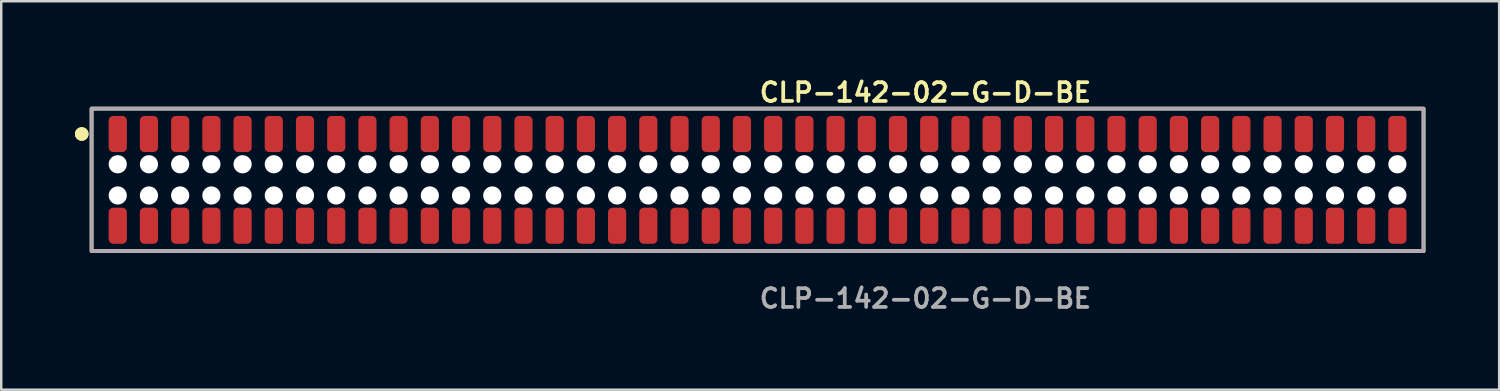
<source format=kicad_pcb>
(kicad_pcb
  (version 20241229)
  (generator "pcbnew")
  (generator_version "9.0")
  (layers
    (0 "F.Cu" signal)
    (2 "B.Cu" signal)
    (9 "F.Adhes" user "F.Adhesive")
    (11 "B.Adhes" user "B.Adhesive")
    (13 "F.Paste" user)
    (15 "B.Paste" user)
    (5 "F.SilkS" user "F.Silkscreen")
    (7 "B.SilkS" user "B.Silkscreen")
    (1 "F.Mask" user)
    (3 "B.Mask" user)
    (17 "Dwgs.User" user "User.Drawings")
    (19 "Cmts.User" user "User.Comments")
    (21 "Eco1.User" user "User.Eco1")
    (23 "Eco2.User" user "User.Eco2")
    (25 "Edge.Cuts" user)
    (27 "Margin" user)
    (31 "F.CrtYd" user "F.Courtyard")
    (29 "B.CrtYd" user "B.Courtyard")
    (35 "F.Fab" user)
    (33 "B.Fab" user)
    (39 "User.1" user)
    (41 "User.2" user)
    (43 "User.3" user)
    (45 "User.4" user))
  (footprint "CLP-142-02-G-D-BE"
    (layer "F.Cu")
    (at 27.776 4.269)
    (property "Reference" "CLP-142-02-G-D-BE" (at 0 -3.556 0) (unlocked yes) (layer "F.SilkS") (effects (font (size 0.762 0.762) (thickness 0.152)) (justify left)))
    (fp_rect (start -27.1 2.9) (end 27.1 -2.9) (stroke (width 0.152) (type solid)) (fill no) (layer "F.SilkS"))
    (fp_circle (center -27.5 -1.867) (end -27.7 -1.867) (stroke (width 0.152) (type solid)) (fill yes) (layer "F.SilkS"))
    (fp_circle (center -27.5 -1.867) (end -27.7 -1.867) (stroke (width 0.152) (type solid)) (fill yes) (layer "F.SilkS"))
    (fp_rect (start -27.1 2.9) (end 27.1 -2.9) (stroke (width 0.006) (type solid)) (fill no) (layer "F.CrtYd"))
    (fp_rect (start -27.1 2.9) (end 27.1 -2.9) (stroke (width 0.152) (type solid)) (fill no) (layer "F.Fab"))
    (fp_text user "${REFERENCE}" (at 0 4.826 0) (unlocked yes) (layer "F.Fab") (effects (font (size 0.762 0.762) (thickness 0.152)) (justify left)))
    (pad "" np_thru_hole circle (at -26.035 -0.635) (size 0.74 0.74) (drill 0.74) (layers "*.Cu" "*.Mask"))
    (pad "" np_thru_hole circle (at -26.035 0.635) (size 0.74 0.74) (drill 0.74) (layers "*.Cu" "*.Mask"))
    (pad "" np_thru_hole circle (at -24.765 -0.635) (size 0.74 0.74) (drill 0.74) (layers "*.Cu" "*.Mask"))
    (pad "" np_thru_hole circle (at -24.765 0.635) (size 0.74 0.74) (drill 0.74) (layers "*.Cu" "*.Mask"))
    (pad "" np_thru_hole circle (at -23.495 -0.635) (size 0.74 0.74) (drill 0.74) (layers "*.Cu" "*.Mask"))
    (pad "" np_thru_hole circle (at -23.495 0.635) (size 0.74 0.74) (drill 0.74) (layers "*.Cu" "*.Mask"))
    (pad "" np_thru_hole circle (at -22.225 -0.635) (size 0.74 0.74) (drill 0.74) (layers "*.Cu" "*.Mask"))
    (pad "" np_thru_hole circle (at -22.225 0.635) (size 0.74 0.74) (drill 0.74) (layers "*.Cu" "*.Mask"))
    (pad "" np_thru_hole circle (at -20.955 -0.635) (size 0.74 0.74) (drill 0.74) (layers "*.Cu" "*.Mask"))
    (pad "" np_thru_hole circle (at -20.955 0.635) (size 0.74 0.74) (drill 0.74) (layers "*.Cu" "*.Mask"))
    (pad "" np_thru_hole circle (at -19.685 -0.635) (size 0.74 0.74) (drill 0.74) (layers "*.Cu" "*.Mask"))
    (pad "" np_thru_hole circle (at -19.685 0.635) (size 0.74 0.74) (drill 0.74) (layers "*.Cu" "*.Mask"))
    (pad "" np_thru_hole circle (at -18.415 -0.635) (size 0.74 0.74) (drill 0.74) (layers "*.Cu" "*.Mask"))
    (pad "" np_thru_hole circle (at -18.415 0.635) (size 0.74 0.74) (drill 0.74) (layers "*.Cu" "*.Mask"))
    (pad "" np_thru_hole circle (at -17.145 -0.635) (size 0.74 0.74) (drill 0.74) (layers "*.Cu" "*.Mask"))
    (pad "" np_thru_hole circle (at -17.145 0.635) (size 0.74 0.74) (drill 0.74) (layers "*.Cu" "*.Mask"))
    (pad "" np_thru_hole circle (at -15.875 -0.635) (size 0.74 0.74) (drill 0.74) (layers "*.Cu" "*.Mask"))
    (pad "" np_thru_hole circle (at -15.875 0.635) (size 0.74 0.74) (drill 0.74) (layers "*.Cu" "*.Mask"))
    (pad "" np_thru_hole circle (at -14.605 -0.635) (size 0.74 0.74) (drill 0.74) (layers "*.Cu" "*.Mask"))
    (pad "" np_thru_hole circle (at -14.605 0.635) (size 0.74 0.74) (drill 0.74) (layers "*.Cu" "*.Mask"))
    (pad "" np_thru_hole circle (at -13.335 -0.635) (size 0.74 0.74) (drill 0.74) (layers "*.Cu" "*.Mask"))
    (pad "" np_thru_hole circle (at -13.335 0.635) (size 0.74 0.74) (drill 0.74) (layers "*.Cu" "*.Mask"))
    (pad "" np_thru_hole circle (at -12.065 -0.635) (size 0.74 0.74) (drill 0.74) (layers "*.Cu" "*.Mask"))
    (pad "" np_thru_hole circle (at -12.065 0.635) (size 0.74 0.74) (drill 0.74) (layers "*.Cu" "*.Mask"))
    (pad "" np_thru_hole circle (at -10.795 -0.635) (size 0.74 0.74) (drill 0.74) (layers "*.Cu" "*.Mask"))
    (pad "" np_thru_hole circle (at -10.795 0.635) (size 0.74 0.74) (drill 0.74) (layers "*.Cu" "*.Mask"))
    (pad "" np_thru_hole circle (at -9.525 -0.635) (size 0.74 0.74) (drill 0.74) (layers "*.Cu" "*.Mask"))
    (pad "" np_thru_hole circle (at -9.525 0.635) (size 0.74 0.74) (drill 0.74) (layers "*.Cu" "*.Mask"))
    (pad "" np_thru_hole circle (at -8.255 -0.635) (size 0.74 0.74) (drill 0.74) (layers "*.Cu" "*.Mask"))
    (pad "" np_thru_hole circle (at -8.255 0.635) (size 0.74 0.74) (drill 0.74) (layers "*.Cu" "*.Mask"))
    (pad "" np_thru_hole circle (at -6.985 -0.635) (size 0.74 0.74) (drill 0.74) (layers "*.Cu" "*.Mask"))
    (pad "" np_thru_hole circle (at -6.985 0.635) (size 0.74 0.74) (drill 0.74) (layers "*.Cu" "*.Mask"))
    (pad "" np_thru_hole circle (at -5.715 -0.635) (size 0.74 0.74) (drill 0.74) (layers "*.Cu" "*.Mask"))
    (pad "" np_thru_hole circle (at -5.715 0.635) (size 0.74 0.74) (drill 0.74) (layers "*.Cu" "*.Mask"))
    (pad "" np_thru_hole circle (at -4.445 -0.635) (size 0.74 0.74) (drill 0.74) (layers "*.Cu" "*.Mask"))
    (pad "" np_thru_hole circle (at -4.445 0.635) (size 0.74 0.74) (drill 0.74) (layers "*.Cu" "*.Mask"))
    (pad "" np_thru_hole circle (at -3.175 -0.635) (size 0.74 0.74) (drill 0.74) (layers "*.Cu" "*.Mask"))
    (pad "" np_thru_hole circle (at -3.175 0.635) (size 0.74 0.74) (drill 0.74) (layers "*.Cu" "*.Mask"))
    (pad "" np_thru_hole circle (at -1.905 -0.635) (size 0.74 0.74) (drill 0.74) (layers "*.Cu" "*.Mask"))
    (pad "" np_thru_hole circle (at -1.905 0.635) (size 0.74 0.74) (drill 0.74) (layers "*.Cu" "*.Mask"))
    (pad "" np_thru_hole circle (at -0.635 -0.635) (size 0.74 0.74) (drill 0.74) (layers "*.Cu" "*.Mask"))
    (pad "" np_thru_hole circle (at -0.635 0.635) (size 0.74 0.74) (drill 0.74) (layers "*.Cu" "*.Mask"))
    (pad "" np_thru_hole circle (at 0.635 -0.635) (size 0.74 0.74) (drill 0.74) (layers "*.Cu" "*.Mask"))
    (pad "" np_thru_hole circle (at 0.635 0.635) (size 0.74 0.74) (drill 0.74) (layers "*.Cu" "*.Mask"))
    (pad "" np_thru_hole circle (at 1.905 -0.635) (size 0.74 0.74) (drill 0.74) (layers "*.Cu" "*.Mask"))
    (pad "" np_thru_hole circle (at 1.905 0.635) (size 0.74 0.74) (drill 0.74) (layers "*.Cu" "*.Mask"))
    (pad "" np_thru_hole circle (at 3.175 -0.635) (size 0.74 0.74) (drill 0.74) (layers "*.Cu" "*.Mask"))
    (pad "" np_thru_hole circle (at 3.175 0.635) (size 0.74 0.74) (drill 0.74) (layers "*.Cu" "*.Mask"))
    (pad "" np_thru_hole circle (at 4.445 -0.635) (size 0.74 0.74) (drill 0.74) (layers "*.Cu" "*.Mask"))
    (pad "" np_thru_hole circle (at 4.445 0.635) (size 0.74 0.74) (drill 0.74) (layers "*.Cu" "*.Mask"))
    (pad "" np_thru_hole circle (at 5.715 -0.635) (size 0.74 0.74) (drill 0.74) (layers "*.Cu" "*.Mask"))
    (pad "" np_thru_hole circle (at 5.715 0.635) (size 0.74 0.74) (drill 0.74) (layers "*.Cu" "*.Mask"))
    (pad "" np_thru_hole circle (at 6.985 -0.635) (size 0.74 0.74) (drill 0.74) (layers "*.Cu" "*.Mask"))
    (pad "" np_thru_hole circle (at 6.985 0.635) (size 0.74 0.74) (drill 0.74) (layers "*.Cu" "*.Mask"))
    (pad "" np_thru_hole circle (at 8.255 -0.635) (size 0.74 0.74) (drill 0.74) (layers "*.Cu" "*.Mask"))
    (pad "" np_thru_hole circle (at 8.255 0.635) (size 0.74 0.74) (drill 0.74) (layers "*.Cu" "*.Mask"))
    (pad "" np_thru_hole circle (at 9.525 -0.635) (size 0.74 0.74) (drill 0.74) (layers "*.Cu" "*.Mask"))
    (pad "" np_thru_hole circle (at 9.525 0.635) (size 0.74 0.74) (drill 0.74) (layers "*.Cu" "*.Mask"))
    (pad "" np_thru_hole circle (at 10.795 -0.635) (size 0.74 0.74) (drill 0.74) (layers "*.Cu" "*.Mask"))
    (pad "" np_thru_hole circle (at 10.795 0.635) (size 0.74 0.74) (drill 0.74) (layers "*.Cu" "*.Mask"))
    (pad "" np_thru_hole circle (at 12.065 -0.635) (size 0.74 0.74) (drill 0.74) (layers "*.Cu" "*.Mask"))
    (pad "" np_thru_hole circle (at 12.065 0.635) (size 0.74 0.74) (drill 0.74) (layers "*.Cu" "*.Mask"))
    (pad "" np_thru_hole circle (at 13.335 -0.635) (size 0.74 0.74) (drill 0.74) (layers "*.Cu" "*.Mask"))
    (pad "" np_thru_hole circle (at 13.335 0.635) (size 0.74 0.74) (drill 0.74) (layers "*.Cu" "*.Mask"))
    (pad "" np_thru_hole circle (at 14.605 -0.635) (size 0.74 0.74) (drill 0.74) (layers "*.Cu" "*.Mask"))
    (pad "" np_thru_hole circle (at 14.605 0.635) (size 0.74 0.74) (drill 0.74) (layers "*.Cu" "*.Mask"))
    (pad "" np_thru_hole circle (at 15.875 -0.635) (size 0.74 0.74) (drill 0.74) (layers "*.Cu" "*.Mask"))
    (pad "" np_thru_hole circle (at 15.875 0.635) (size 0.74 0.74) (drill 0.74) (layers "*.Cu" "*.Mask"))
    (pad "" np_thru_hole circle (at 17.145 -0.635) (size 0.74 0.74) (drill 0.74) (layers "*.Cu" "*.Mask"))
    (pad "" np_thru_hole circle (at 17.145 0.635) (size 0.74 0.74) (drill 0.74) (layers "*.Cu" "*.Mask"))
    (pad "" np_thru_hole circle (at 18.415 -0.635) (size 0.74 0.74) (drill 0.74) (layers "*.Cu" "*.Mask"))
    (pad "" np_thru_hole circle (at 18.415 0.635) (size 0.74 0.74) (drill 0.74) (layers "*.Cu" "*.Mask"))
    (pad "" np_thru_hole circle (at 19.685 -0.635) (size 0.74 0.74) (drill 0.74) (layers "*.Cu" "*.Mask"))
    (pad "" np_thru_hole circle (at 19.685 0.635) (size 0.74 0.74) (drill 0.74) (layers "*.Cu" "*.Mask"))
    (pad "" np_thru_hole circle (at 20.955 -0.635) (size 0.74 0.74) (drill 0.74) (layers "*.Cu" "*.Mask"))
    (pad "" np_thru_hole circle (at 20.955 0.635) (size 0.74 0.74) (drill 0.74) (layers "*.Cu" "*.Mask"))
    (pad "" np_thru_hole circle (at 22.225 -0.635) (size 0.74 0.74) (drill 0.74) (layers "*.Cu" "*.Mask"))
    (pad "" np_thru_hole circle (at 22.225 0.635) (size 0.74 0.74) (drill 0.74) (layers "*.Cu" "*.Mask"))
    (pad "" np_thru_hole circle (at 23.495 -0.635) (size 0.74 0.74) (drill 0.74) (layers "*.Cu" "*.Mask"))
    (pad "" np_thru_hole circle (at 23.495 0.635) (size 0.74 0.74) (drill 0.74) (layers "*.Cu" "*.Mask"))
    (pad "" np_thru_hole circle (at 24.765 -0.635) (size 0.74 0.74) (drill 0.74) (layers "*.Cu" "*.Mask"))
    (pad "" np_thru_hole circle (at 24.765 0.635) (size 0.74 0.74) (drill 0.74) (layers "*.Cu" "*.Mask"))
    (pad "" np_thru_hole circle (at 26.035 -0.635) (size 0.74 0.74) (drill 0.74) (layers "*.Cu" "*.Mask"))
    (pad "" np_thru_hole circle (at 26.035 0.635) (size 0.74 0.74) (drill 0.74) (layers "*.Cu" "*.Mask"))
    (pad "1" smd roundrect (at -26.035 -1.867) (size 0.74 1.47) (layers "F.Cu" "F.Paste") (roundrect_rratio 0.25))
    (pad "2" smd roundrect (at -26.035 1.867) (size 0.74 1.47) (layers "F.Cu" "F.Paste") (roundrect_rratio 0.25))
    (pad "3" smd roundrect (at -24.765 -1.867) (size 0.74 1.47) (layers "F.Cu" "F.Paste") (roundrect_rratio 0.25))
    (pad "4" smd roundrect (at -24.765 1.867) (size 0.74 1.47) (layers "F.Cu" "F.Paste") (roundrect_rratio 0.25))
    (pad "5" smd roundrect (at -23.495 -1.867) (size 0.74 1.47) (layers "F.Cu" "F.Paste") (roundrect_rratio 0.25))
    (pad "6" smd roundrect (at -23.495 1.867) (size 0.74 1.47) (layers "F.Cu" "F.Paste") (roundrect_rratio 0.25))
    (pad "7" smd roundrect (at -22.225 -1.867) (size 0.74 1.47) (layers "F.Cu" "F.Paste") (roundrect_rratio 0.25))
    (pad "8" smd roundrect (at -22.225 1.867) (size 0.74 1.47) (layers "F.Cu" "F.Paste") (roundrect_rratio 0.25))
    (pad "9" smd roundrect (at -20.955 -1.867) (size 0.74 1.47) (layers "F.Cu" "F.Paste") (roundrect_rratio 0.25))
    (pad "10" smd roundrect (at -20.955 1.867) (size 0.74 1.47) (layers "F.Cu" "F.Paste") (roundrect_rratio 0.25))
    (pad "11" smd roundrect (at -19.685 -1.867) (size 0.74 1.47) (layers "F.Cu" "F.Paste") (roundrect_rratio 0.25))
    (pad "12" smd roundrect (at -19.685 1.867) (size 0.74 1.47) (layers "F.Cu" "F.Paste") (roundrect_rratio 0.25))
    (pad "13" smd roundrect (at -18.415 -1.867) (size 0.74 1.47) (layers "F.Cu" "F.Paste") (roundrect_rratio 0.25))
    (pad "14" smd roundrect (at -18.415 1.867) (size 0.74 1.47) (layers "F.Cu" "F.Paste") (roundrect_rratio 0.25))
    (pad "15" smd roundrect (at -17.145 -1.867) (size 0.74 1.47) (layers "F.Cu" "F.Paste") (roundrect_rratio 0.25))
    (pad "16" smd roundrect (at -17.145 1.867) (size 0.74 1.47) (layers "F.Cu" "F.Paste") (roundrect_rratio 0.25))
    (pad "17" smd roundrect (at -15.875 -1.867) (size 0.74 1.47) (layers "F.Cu" "F.Paste") (roundrect_rratio 0.25))
    (pad "18" smd roundrect (at -15.875 1.867) (size 0.74 1.47) (layers "F.Cu" "F.Paste") (roundrect_rratio 0.25))
    (pad "19" smd roundrect (at -14.605 -1.867) (size 0.74 1.47) (layers "F.Cu" "F.Paste") (roundrect_rratio 0.25))
    (pad "20" smd roundrect (at -14.605 1.867) (size 0.74 1.47) (layers "F.Cu" "F.Paste") (roundrect_rratio 0.25))
    (pad "21" smd roundrect (at -13.335 -1.867) (size 0.74 1.47) (layers "F.Cu" "F.Paste") (roundrect_rratio 0.25))
    (pad "22" smd roundrect (at -13.335 1.867) (size 0.74 1.47) (layers "F.Cu" "F.Paste") (roundrect_rratio 0.25))
    (pad "23" smd roundrect (at -12.065 -1.867) (size 0.74 1.47) (layers "F.Cu" "F.Paste") (roundrect_rratio 0.25))
    (pad "24" smd roundrect (at -12.065 1.867) (size 0.74 1.47) (layers "F.Cu" "F.Paste") (roundrect_rratio 0.25))
    (pad "25" smd roundrect (at -10.795 -1.867) (size 0.74 1.47) (layers "F.Cu" "F.Paste") (roundrect_rratio 0.25))
    (pad "26" smd roundrect (at -10.795 1.867) (size 0.74 1.47) (layers "F.Cu" "F.Paste") (roundrect_rratio 0.25))
    (pad "27" smd roundrect (at -9.525 -1.867) (size 0.74 1.47) (layers "F.Cu" "F.Paste") (roundrect_rratio 0.25))
    (pad "28" smd roundrect (at -9.525 1.867) (size 0.74 1.47) (layers "F.Cu" "F.Paste") (roundrect_rratio 0.25))
    (pad "29" smd roundrect (at -8.255 -1.867) (size 0.74 1.47) (layers "F.Cu" "F.Paste") (roundrect_rratio 0.25))
    (pad "30" smd roundrect (at -8.255 1.867) (size 0.74 1.47) (layers "F.Cu" "F.Paste") (roundrect_rratio 0.25))
    (pad "31" smd roundrect (at -6.985 -1.867) (size 0.74 1.47) (layers "F.Cu" "F.Paste") (roundrect_rratio 0.25))
    (pad "32" smd roundrect (at -6.985 1.867) (size 0.74 1.47) (layers "F.Cu" "F.Paste") (roundrect_rratio 0.25))
    (pad "33" smd roundrect (at -5.715 -1.867) (size 0.74 1.47) (layers "F.Cu" "F.Paste") (roundrect_rratio 0.25))
    (pad "34" smd roundrect (at -5.715 1.867) (size 0.74 1.47) (layers "F.Cu" "F.Paste") (roundrect_rratio 0.25))
    (pad "35" smd roundrect (at -4.445 -1.867) (size 0.74 1.47) (layers "F.Cu" "F.Paste") (roundrect_rratio 0.25))
    (pad "36" smd roundrect (at -4.445 1.867) (size 0.74 1.47) (layers "F.Cu" "F.Paste") (roundrect_rratio 0.25))
    (pad "37" smd roundrect (at -3.175 -1.867) (size 0.74 1.47) (layers "F.Cu" "F.Paste") (roundrect_rratio 0.25))
    (pad "38" smd roundrect (at -3.175 1.867) (size 0.74 1.47) (layers "F.Cu" "F.Paste") (roundrect_rratio 0.25))
    (pad "39" smd roundrect (at -1.905 -1.867) (size 0.74 1.47) (layers "F.Cu" "F.Paste") (roundrect_rratio 0.25))
    (pad "40" smd roundrect (at -1.905 1.867) (size 0.74 1.47) (layers "F.Cu" "F.Paste") (roundrect_rratio 0.25))
    (pad "41" smd roundrect (at -0.635 -1.867) (size 0.74 1.47) (layers "F.Cu" "F.Paste") (roundrect_rratio 0.25))
    (pad "42" smd roundrect (at -0.635 1.867) (size 0.74 1.47) (layers "F.Cu" "F.Paste") (roundrect_rratio 0.25))
    (pad "43" smd roundrect (at 0.635 -1.867) (size 0.74 1.47) (layers "F.Cu" "F.Paste") (roundrect_rratio 0.25))
    (pad "44" smd roundrect (at 0.635 1.867) (size 0.74 1.47) (layers "F.Cu" "F.Paste") (roundrect_rratio 0.25))
    (pad "45" smd roundrect (at 1.905 -1.867) (size 0.74 1.47) (layers "F.Cu" "F.Paste") (roundrect_rratio 0.25))
    (pad "46" smd roundrect (at 1.905 1.867) (size 0.74 1.47) (layers "F.Cu" "F.Paste") (roundrect_rratio 0.25))
    (pad "47" smd roundrect (at 3.175 -1.867) (size 0.74 1.47) (layers "F.Cu" "F.Paste") (roundrect_rratio 0.25))
    (pad "48" smd roundrect (at 3.175 1.867) (size 0.74 1.47) (layers "F.Cu" "F.Paste") (roundrect_rratio 0.25))
    (pad "49" smd roundrect (at 4.445 -1.867) (size 0.74 1.47) (layers "F.Cu" "F.Paste") (roundrect_rratio 0.25))
    (pad "50" smd roundrect (at 4.445 1.867) (size 0.74 1.47) (layers "F.Cu" "F.Paste") (roundrect_rratio 0.25))
    (pad "51" smd roundrect (at 5.715 -1.867) (size 0.74 1.47) (layers "F.Cu" "F.Paste") (roundrect_rratio 0.25))
    (pad "52" smd roundrect (at 5.715 1.867) (size 0.74 1.47) (layers "F.Cu" "F.Paste") (roundrect_rratio 0.25))
    (pad "53" smd roundrect (at 6.985 -1.867) (size 0.74 1.47) (layers "F.Cu" "F.Paste") (roundrect_rratio 0.25))
    (pad "54" smd roundrect (at 6.985 1.867) (size 0.74 1.47) (layers "F.Cu" "F.Paste") (roundrect_rratio 0.25))
    (pad "55" smd roundrect (at 8.255 -1.867) (size 0.74 1.47) (layers "F.Cu" "F.Paste") (roundrect_rratio 0.25))
    (pad "56" smd roundrect (at 8.255 1.867) (size 0.74 1.47) (layers "F.Cu" "F.Paste") (roundrect_rratio 0.25))
    (pad "57" smd roundrect (at 9.525 -1.867) (size 0.74 1.47) (layers "F.Cu" "F.Paste") (roundrect_rratio 0.25))
    (pad "58" smd roundrect (at 9.525 1.867) (size 0.74 1.47) (layers "F.Cu" "F.Paste") (roundrect_rratio 0.25))
    (pad "59" smd roundrect (at 10.795 -1.867) (size 0.74 1.47) (layers "F.Cu" "F.Paste") (roundrect_rratio 0.25))
    (pad "60" smd roundrect (at 10.795 1.867) (size 0.74 1.47) (layers "F.Cu" "F.Paste") (roundrect_rratio 0.25))
    (pad "61" smd roundrect (at 12.065 -1.867) (size 0.74 1.47) (layers "F.Cu" "F.Paste") (roundrect_rratio 0.25))
    (pad "62" smd roundrect (at 12.065 1.867) (size 0.74 1.47) (layers "F.Cu" "F.Paste") (roundrect_rratio 0.25))
    (pad "63" smd roundrect (at 13.335 -1.867) (size 0.74 1.47) (layers "F.Cu" "F.Paste") (roundrect_rratio 0.25))
    (pad "64" smd roundrect (at 13.335 1.867) (size 0.74 1.47) (layers "F.Cu" "F.Paste") (roundrect_rratio 0.25))
    (pad "65" smd roundrect (at 14.605 -1.867) (size 0.74 1.47) (layers "F.Cu" "F.Paste") (roundrect_rratio 0.25))
    (pad "66" smd roundrect (at 14.605 1.867) (size 0.74 1.47) (layers "F.Cu" "F.Paste") (roundrect_rratio 0.25))
    (pad "67" smd roundrect (at 15.875 -1.867) (size 0.74 1.47) (layers "F.Cu" "F.Paste") (roundrect_rratio 0.25))
    (pad "68" smd roundrect (at 15.875 1.867) (size 0.74 1.47) (layers "F.Cu" "F.Paste") (roundrect_rratio 0.25))
    (pad "69" smd roundrect (at 17.145 -1.867) (size 0.74 1.47) (layers "F.Cu" "F.Paste") (roundrect_rratio 0.25))
    (pad "70" smd roundrect (at 17.145 1.867) (size 0.74 1.47) (layers "F.Cu" "F.Paste") (roundrect_rratio 0.25))
    (pad "71" smd roundrect (at 18.415 -1.867) (size 0.74 1.47) (layers "F.Cu" "F.Paste") (roundrect_rratio 0.25))
    (pad "72" smd roundrect (at 18.415 1.867) (size 0.74 1.47) (layers "F.Cu" "F.Paste") (roundrect_rratio 0.25))
    (pad "73" smd roundrect (at 19.685 -1.867) (size 0.74 1.47) (layers "F.Cu" "F.Paste") (roundrect_rratio 0.25))
    (pad "74" smd roundrect (at 19.685 1.867) (size 0.74 1.47) (layers "F.Cu" "F.Paste") (roundrect_rratio 0.25))
    (pad "75" smd roundrect (at 20.955 -1.867) (size 0.74 1.47) (layers "F.Cu" "F.Paste") (roundrect_rratio 0.25))
    (pad "76" smd roundrect (at 20.955 1.867) (size 0.74 1.47) (layers "F.Cu" "F.Paste") (roundrect_rratio 0.25))
    (pad "77" smd roundrect (at 22.225 -1.867) (size 0.74 1.47) (layers "F.Cu" "F.Paste") (roundrect_rratio 0.25))
    (pad "78" smd roundrect (at 22.225 1.867) (size 0.74 1.47) (layers "F.Cu" "F.Paste") (roundrect_rratio 0.25))
    (pad "79" smd roundrect (at 23.495 -1.867) (size 0.74 1.47) (layers "F.Cu" "F.Paste") (roundrect_rratio 0.25))
    (pad "80" smd roundrect (at 23.495 1.867) (size 0.74 1.47) (layers "F.Cu" "F.Paste") (roundrect_rratio 0.25))
    (pad "81" smd roundrect (at 24.765 -1.867) (size 0.74 1.47) (layers "F.Cu" "F.Paste") (roundrect_rratio 0.25))
    (pad "82" smd roundrect (at 24.765 1.867) (size 0.74 1.47) (layers "F.Cu" "F.Paste") (roundrect_rratio 0.25))
    (pad "83" smd roundrect (at 26.035 -1.867) (size 0.74 1.47) (layers "F.Cu" "F.Paste") (roundrect_rratio 0.25))
    (pad "84" smd roundrect (at 26.035 1.867) (size 0.74 1.47) (layers "F.Cu" "F.Paste") (roundrect_rratio 0.25)))
  (gr_rect
    (start -3 -3)
    (end 57.952 12.808)
    (stroke (width 0.1) (type default))
    (fill no)
    (layer "Edge.Cuts")))
</source>
